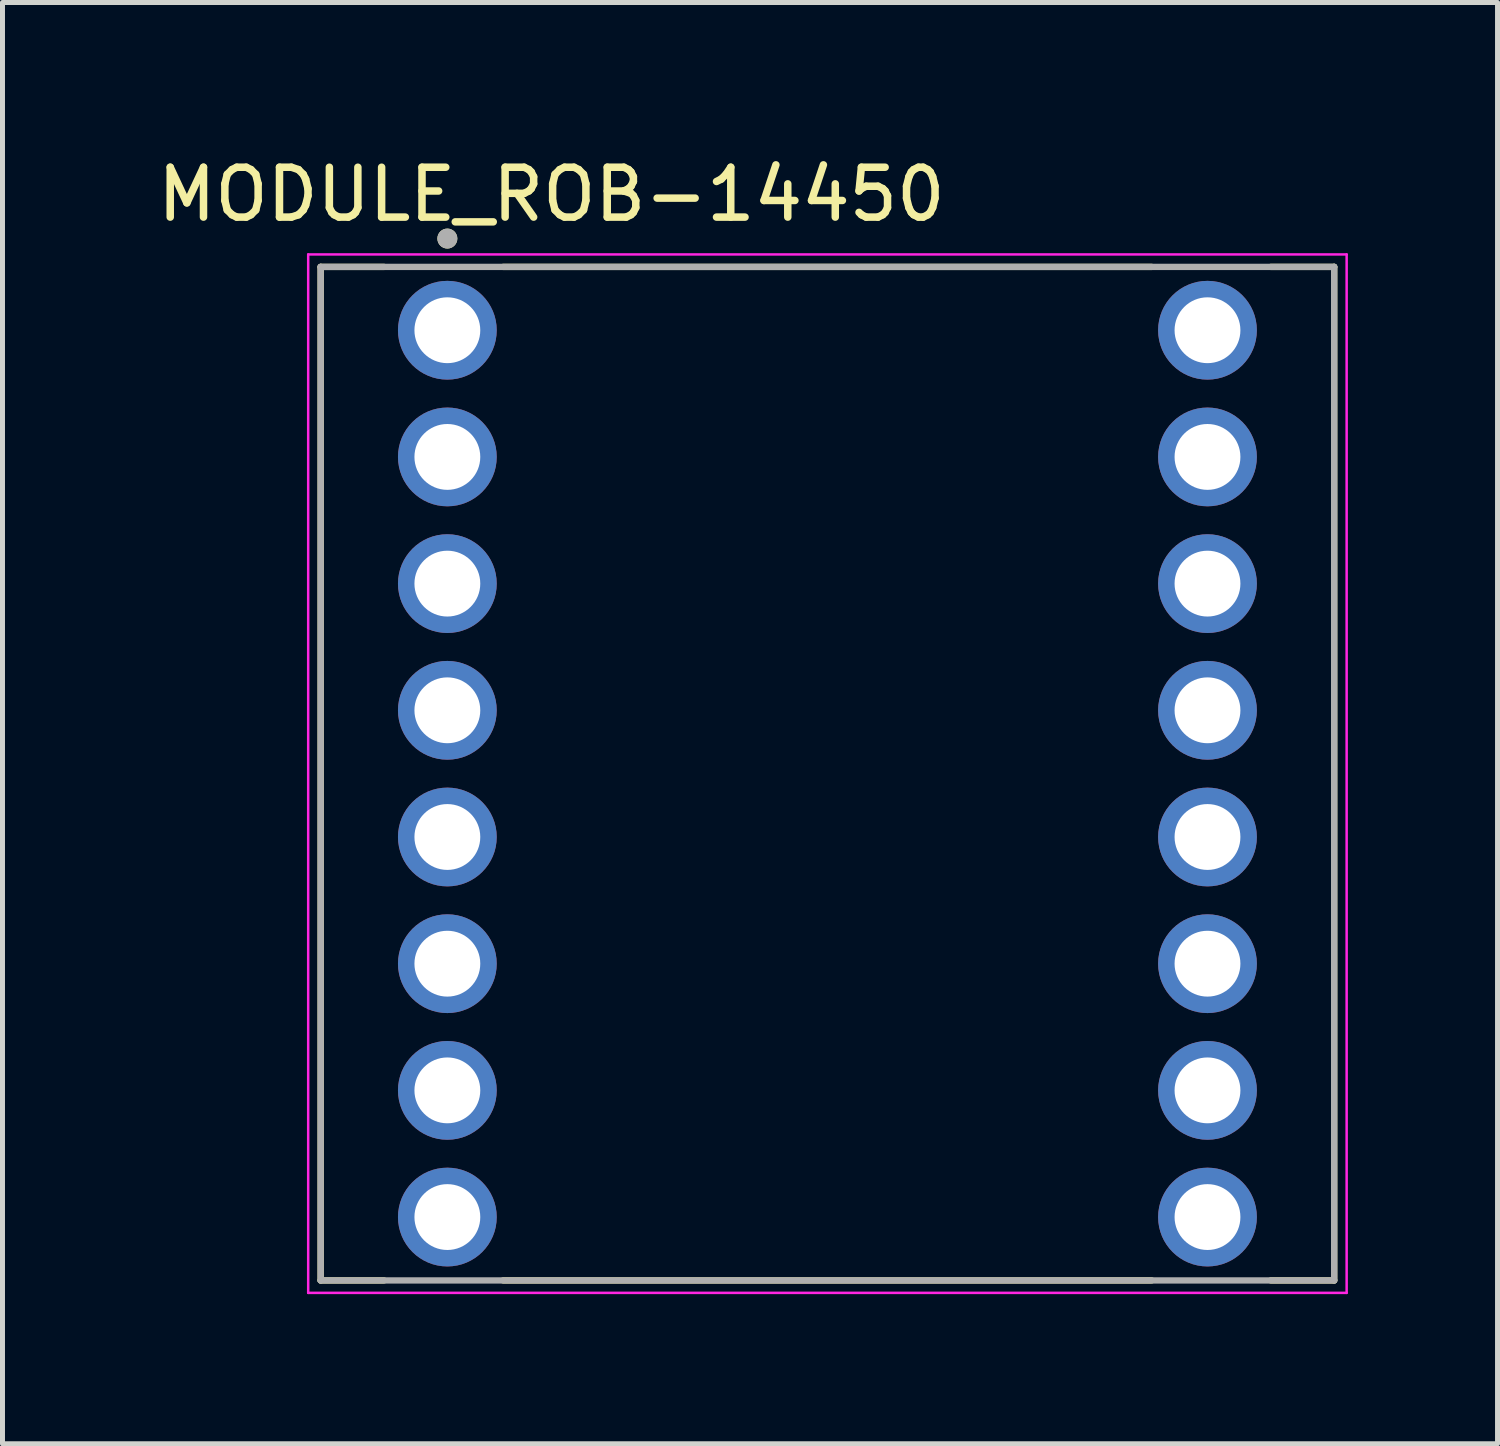
<source format=kicad_pcb>
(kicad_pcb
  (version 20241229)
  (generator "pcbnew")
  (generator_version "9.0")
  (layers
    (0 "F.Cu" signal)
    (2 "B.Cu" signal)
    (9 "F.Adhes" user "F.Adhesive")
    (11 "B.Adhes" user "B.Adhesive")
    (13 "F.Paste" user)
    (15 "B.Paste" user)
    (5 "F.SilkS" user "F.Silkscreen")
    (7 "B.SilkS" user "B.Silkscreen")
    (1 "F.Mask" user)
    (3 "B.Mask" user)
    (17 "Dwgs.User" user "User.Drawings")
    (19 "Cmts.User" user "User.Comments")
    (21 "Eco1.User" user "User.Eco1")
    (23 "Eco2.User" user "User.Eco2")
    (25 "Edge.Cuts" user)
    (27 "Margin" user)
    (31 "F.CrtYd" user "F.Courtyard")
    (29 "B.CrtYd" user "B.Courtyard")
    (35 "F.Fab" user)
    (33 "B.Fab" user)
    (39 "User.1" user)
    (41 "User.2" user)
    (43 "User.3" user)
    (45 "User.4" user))
  (footprint "MODULE_ROB-14450"
    (layer "F.Cu")
    (at 13.539 12.461)
    (property "Reference" "MODULE_ROB-14450" (at -5.533 -11.613 0) (layer "F.SilkS") (effects (font (size 1 1) (thickness 0.15))))
    (attr through_hole)
    (fp_line (start -10.16 -10.16) (end -10.16 10.16) (stroke (width 0.127) (type solid)) (layer "F.SilkS"))
    (fp_line (start -8.89 -10.16) (end -10.16 -10.16) (stroke (width 0.127) (type solid)) (layer "F.SilkS"))
    (fp_line (start -8.89 10.16) (end -10.16 10.16) (stroke (width 0.127) (type solid)) (layer "F.SilkS"))
    (fp_line (start -6.5 -10.16) (end 6.5 -10.16) (stroke (width 0.127) (type solid)) (layer "F.SilkS"))
    (fp_line (start -6.5 10.16) (end 6.5 10.16) (stroke (width 0.127) (type solid)) (layer "F.SilkS"))
    (fp_line (start 8.89 -10.16) (end 10.16 -10.16) (stroke (width 0.127) (type solid)) (layer "F.SilkS"))
    (fp_line (start 8.89 10.16) (end 10.16 10.16) (stroke (width 0.127) (type solid)) (layer "F.SilkS"))
    (fp_line (start 10.16 10.16) (end 10.16 -10.16) (stroke (width 0.127) (type solid)) (layer "F.SilkS"))
    (fp_circle (center -7.62 -10.728) (end -7.52 -10.728) (stroke (width 0.2) (type solid)) (fill no) (layer "F.SilkS"))
    (fp_line (start -10.41 -10.41) (end -10.41 10.41) (stroke (width 0.05) (type solid)) (layer "F.CrtYd"))
    (fp_line (start -10.41 10.41) (end 10.41 10.41) (stroke (width 0.05) (type solid)) (layer "F.CrtYd"))
    (fp_line (start 10.41 -10.41) (end -10.41 -10.41) (stroke (width 0.05) (type solid)) (layer "F.CrtYd"))
    (fp_line (start 10.41 10.41) (end 10.41 -10.41) (stroke (width 0.05) (type solid)) (layer "F.CrtYd"))
    (fp_line (start -10.16 -10.16) (end -10.16 10.16) (stroke (width 0.127) (type solid)) (layer "F.Fab"))
    (fp_line (start -10.16 10.16) (end 10.16 10.16) (stroke (width 0.127) (type solid)) (layer "F.Fab"))
    (fp_line (start 10.16 -10.16) (end -10.16 -10.16) (stroke (width 0.127) (type solid)) (layer "F.Fab"))
    (fp_line (start 10.16 10.16) (end 10.16 -10.16) (stroke (width 0.127) (type solid)) (layer "F.Fab"))
    (fp_circle (center -7.62 -10.728) (end -7.52 -10.728) (stroke (width 0.2) (type solid)) (fill no) (layer "F.Fab"))
    (pad "1" thru_hole circle (at -7.62 -8.89) (size 1.98 1.98) (drill 1.32) (layers "*.Cu" "*.Mask"))
    (pad "2" thru_hole circle (at -7.62 -6.35) (size 1.98 1.98) (drill 1.32) (layers "*.Cu" "*.Mask"))
    (pad "3" thru_hole circle (at -7.62 -3.81) (size 1.98 1.98) (drill 1.32) (layers "*.Cu" "*.Mask"))
    (pad "4" thru_hole circle (at -7.62 -1.27) (size 1.98 1.98) (drill 1.32) (layers "*.Cu" "*.Mask"))
    (pad "5" thru_hole circle (at -7.62 1.27) (size 1.98 1.98) (drill 1.32) (layers "*.Cu" "*.Mask"))
    (pad "6" thru_hole circle (at -7.62 3.81) (size 1.98 1.98) (drill 1.32) (layers "*.Cu" "*.Mask"))
    (pad "7" thru_hole circle (at -7.62 6.35) (size 1.98 1.98) (drill 1.32) (layers "*.Cu" "*.Mask"))
    (pad "8" thru_hole circle (at -7.62 8.89) (size 1.98 1.98) (drill 1.32) (layers "*.Cu" "*.Mask"))
    (pad "9" thru_hole circle (at 7.62 8.89) (size 1.98 1.98) (drill 1.32) (layers "*.Cu" "*.Mask"))
    (pad "10" thru_hole circle (at 7.62 6.35) (size 1.98 1.98) (drill 1.32) (layers "*.Cu" "*.Mask"))
    (pad "11" thru_hole circle (at 7.62 3.81) (size 1.98 1.98) (drill 1.32) (layers "*.Cu" "*.Mask"))
    (pad "12" thru_hole circle (at 7.62 1.27) (size 1.98 1.98) (drill 1.32) (layers "*.Cu" "*.Mask"))
    (pad "13" thru_hole circle (at 7.62 -1.27) (size 1.98 1.98) (drill 1.32) (layers "*.Cu" "*.Mask"))
    (pad "14" thru_hole circle (at 7.62 -3.81) (size 1.98 1.98) (drill 1.32) (layers "*.Cu" "*.Mask"))
    (pad "15" thru_hole circle (at 7.62 -6.35) (size 1.98 1.98) (drill 1.32) (layers "*.Cu" "*.Mask"))
    (pad "16" thru_hole circle (at 7.62 -8.89) (size 1.98 1.98) (drill 1.32) (layers "*.Cu" "*.Mask")))
  (gr_rect
    (start -3 -3)
    (end 26.974 25.896)
    (stroke (width 0.1) (type default))
    (fill no)
    (layer "Edge.Cuts")))
</source>
